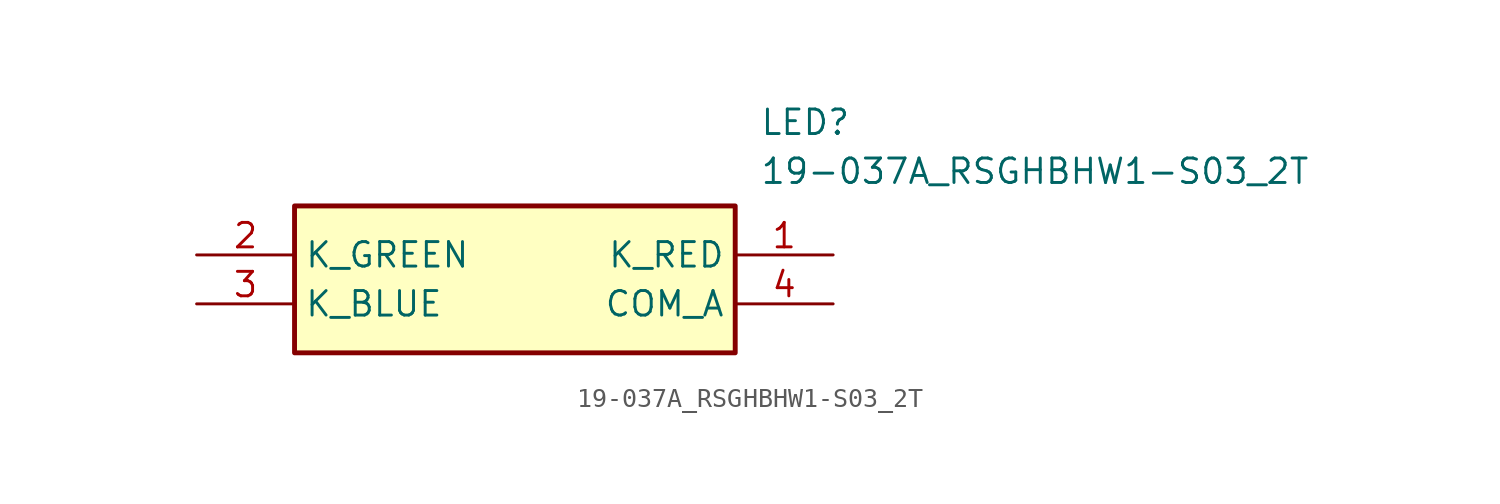
<source format=kicad_sym>
(kicad_symbol_lib
  (version 20211014)
  (generator SamacSys_ECAD_Model)
  (symbol "19-037A_RSGHBHW1-S03_2T"
    (property "Reference" "LED"
      (at 29.21 7.62 0)
      (effects (font (size 1.27 1.27)) (justify left top)))
    (property "Value" "19-037A_RSGHBHW1-S03_2T"
      (at 29.21 5.08 0)
      (effects (font (size 1.27 1.27)) (justify left top)))
    (rectangle
      (start 5.08 2.54)
      (end 27.94 -5.08)
      (stroke (width 0.254) (type default))
      (fill (type background)))
    (pin passive line
      (at 33.02 0 180)
      (length 5.08)
      (name "K_RED" (effects (font (size 1.27 1.27))))
      (number "1" (effects (font (size 1.27 1.27)))))
    (pin passive line
      (at 0 0 0)
      (length 5.08)
      (name "K_GREEN" (effects (font (size 1.27 1.27))))
      (number "2" (effects (font (size 1.27 1.27)))))
    (pin passive line
      (at 0 -2.54 0)
      (length 5.08)
      (name "K_BLUE" (effects (font (size 1.27 1.27))))
      (number "3" (effects (font (size 1.27 1.27)))))
    (pin passive line
      (at 33.02 -2.54 180)
      (length 5.08)
      (name "COM_A" (effects (font (size 1.27 1.27))))
      (number "4" (effects (font (size 1.27 1.27)))))))
</source>
